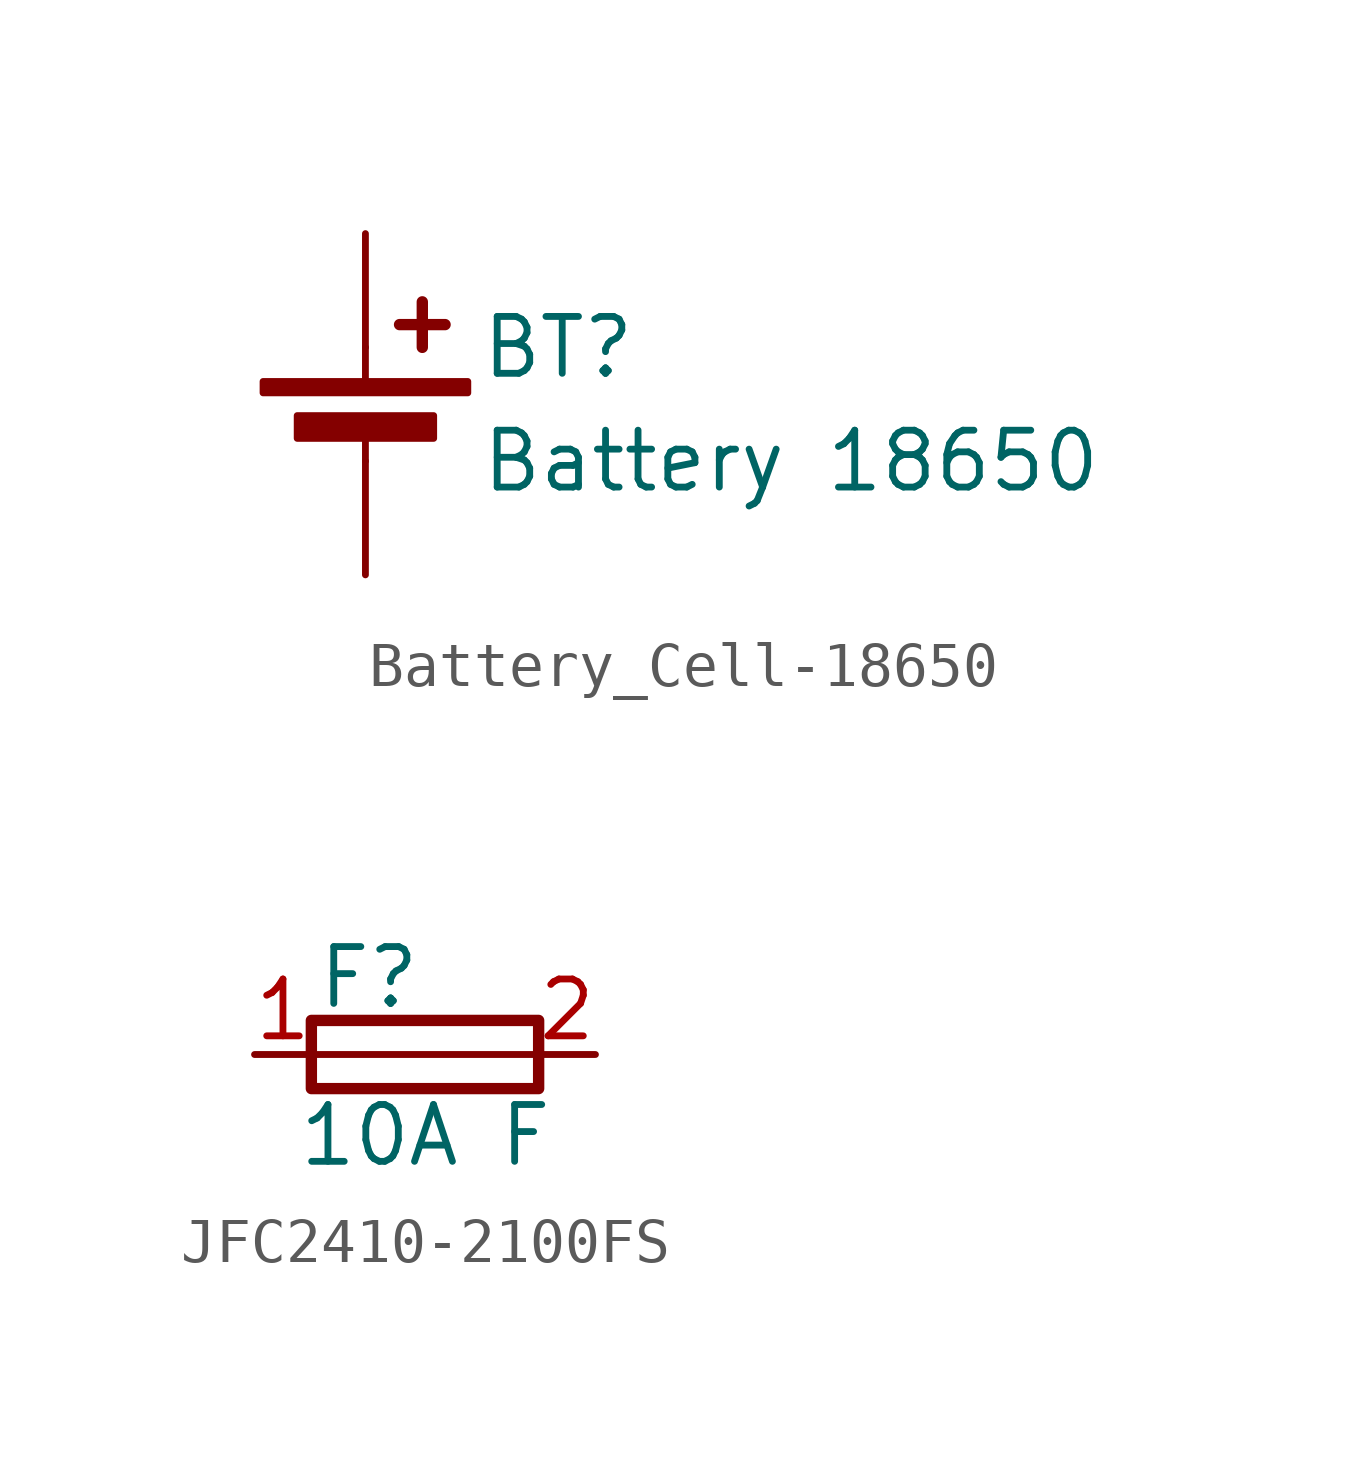
<source format=kicad_sym>
(kicad_symbol_lib
  (version 20231120)
  (generator "kicad_symbol_editor")
  (generator_version "8.0")
  (symbol "Battery_Cell-18650"
    (pin_numbers hide)
    (pin_names
      (offset 0) hide)
    (property "Reference" "BT"
      (at 2.54 2.54 0)
      (effects (font (size 1.27 1.27)) (justify left)))
    (property "Value" "Battery 18650"
      (at 2.54 0 0)
      (effects (font (size 1.27 1.27)) (justify left)))
    (symbol "Battery_Cell-18650_0_1"
      (rectangle (start -2.286 1.778) (end 2.286 1.524) (stroke (width 0) (type default)) (fill (type outline)))
      (rectangle (start -1.524 1.016) (end 1.524 0.508) (stroke (width 0) (type default)) (fill (type outline)))
      (polyline (pts (xy 0 0.762) (xy 0 0)) (stroke (width 0) (type default)) (fill (type none)))
      (polyline (pts (xy 0 1.778) (xy 0 2.54)) (stroke (width 0) (type default)) (fill (type none)))
      (polyline (pts (xy 0.762 3.048) (xy 1.778 3.048)) (stroke (width 0.254) (type default)) (fill (type none)))
      (polyline (pts (xy 1.27 3.556) (xy 1.27 2.54)) (stroke (width 0.254) (type default)) (fill (type none))))
    (symbol "Battery_Cell-18650_1_1"
      (pin passive line (at 0 5.08 270) (length 2.54) (name "+" (effects (font (size 1.27 1.27)))) (number "1" (effects (font (size 1.27 1.27)))))
      (pin passive line (at 0 -2.54 90) (length 2.54) (name "-" (effects (font (size 1.27 1.27)))) (number "2" (effects (font (size 1.27 1.27)))))))
  (symbol "JFC2410-2100FS"
    (pin_names hide)
    (property "Reference" "F"
      (at -1.253 1.722 0)
      (effects (font (size 1.27 1.27))))
    (property "Value" "10A F"
      (at 0.008 -1.808 0)
      (effects (font (size 1.27 1.27))))
    (symbol "JFC2410-2100FS_0_1"
      (polyline (pts (xy -2.54 0) (xy 2.54 0)) (stroke (width 0) (type default)) (fill (type none)))
      (rectangle (start 2.54 -0.762) (end -2.54 0.762) (stroke (width 0.254) (type default)) (fill (type none))))
    (symbol "JFC2410-2100FS_1_1"
      (pin passive line (at -3.81 0 0) (length 1.27) (name "~" (effects (font (size 1.27 1.27)))) (number "1" (effects (font (size 1.27 1.27)))))
      (pin passive line (at 3.81 0 180) (length 1.27) (name "~" (effects (font (size 1.27 1.27)))) (number "2" (effects (font (size 1.27 1.27))))))))
</source>
